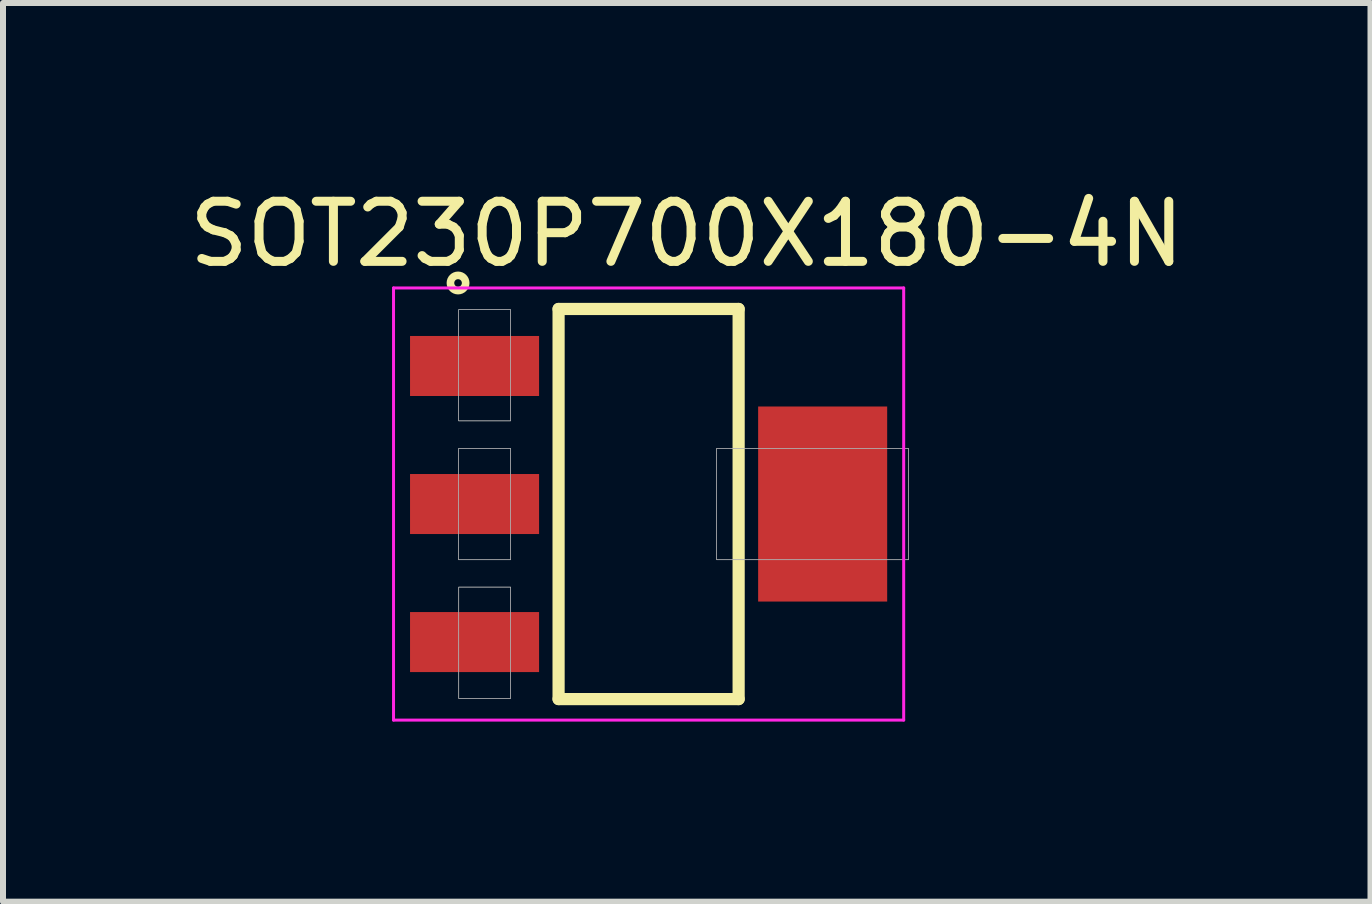
<source format=kicad_pcb>
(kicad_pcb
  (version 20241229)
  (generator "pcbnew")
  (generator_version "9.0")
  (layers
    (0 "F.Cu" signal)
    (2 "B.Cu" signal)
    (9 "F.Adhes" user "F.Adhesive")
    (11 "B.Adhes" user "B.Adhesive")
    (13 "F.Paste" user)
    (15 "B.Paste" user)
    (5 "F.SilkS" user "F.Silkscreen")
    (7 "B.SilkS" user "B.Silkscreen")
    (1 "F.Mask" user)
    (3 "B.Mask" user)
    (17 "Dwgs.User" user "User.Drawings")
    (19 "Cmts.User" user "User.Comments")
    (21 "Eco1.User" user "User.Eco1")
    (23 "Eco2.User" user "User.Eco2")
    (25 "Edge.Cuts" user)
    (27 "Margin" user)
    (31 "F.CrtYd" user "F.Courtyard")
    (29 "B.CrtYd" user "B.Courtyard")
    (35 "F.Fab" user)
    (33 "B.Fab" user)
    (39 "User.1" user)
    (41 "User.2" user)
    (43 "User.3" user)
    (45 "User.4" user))
  (footprint "SOT230P700X180-4N"
    (layer "F.Cu")
    (at 7.757 5.348)
    (property "Reference" "SOT230P700X180-4N" (at 0.635 -4.499 0) (layer "F.SilkS") (effects (font (size 1.001 1.001) (thickness 0.15))))
    (attr smd)
    (fp_line (start -1.5 -3.25) (end 1.5 -3.25) (stroke (width 0.203) (type solid)) (layer "F.SilkS"))
    (fp_line (start -1.5 3.25) (end -1.5 -3.25) (stroke (width 0.203) (type solid)) (layer "F.SilkS"))
    (fp_line (start 1.5 -3.25) (end 1.5 3.25) (stroke (width 0.203) (type solid)) (layer "F.SilkS"))
    (fp_line (start 1.5 3.25) (end -1.5 3.25) (stroke (width 0.203) (type solid)) (layer "F.SilkS"))
    (fp_circle (center -3.175 -3.683) (end -3.048 -3.683) (stroke (width 0.127) (type solid)) (fill no) (layer "F.SilkS"))
    (fp_line (start -4.25 -3.6) (end 4.25 -3.6) (stroke (width 0.05) (type solid)) (layer "F.CrtYd"))
    (fp_line (start -4.25 3.6) (end -4.25 -3.6) (stroke (width 0.05) (type solid)) (layer "F.CrtYd"))
    (fp_line (start 4.25 -3.6) (end 4.25 3.6) (stroke (width 0.05) (type solid)) (layer "F.CrtYd"))
    (fp_line (start 4.25 3.6) (end -4.25 3.6) (stroke (width 0.05) (type solid)) (layer "F.CrtYd"))
    (fp_poly (pts (xy -3.167 -0.927) (xy -2.299 -0.927) (xy -2.299 0.929) (xy -3.167 0.929)) (stroke (width 0.01) (type solid)) (fill no) (layer "F.Fab"))
    (fp_poly (pts (xy -3.167 -3.239) (xy -2.299 -3.239) (xy -2.299 -1.386) (xy -3.167 -1.386)) (stroke (width 0.01) (type solid)) (fill no) (layer "F.Fab"))
    (fp_poly (pts (xy -3.165 1.384) (xy -2.299 1.384) (xy -2.299 3.241) (xy -3.165 3.241)) (stroke (width 0.01) (type solid)) (fill no) (layer "F.Fab"))
    (fp_poly (pts (xy -3.165 -3.239) (xy -2.299 -3.239) (xy -2.299 -1.385) (xy -3.165 -1.385)) (stroke (width 0.01) (type solid)) (fill no) (layer "F.Fab"))
    (fp_poly (pts (xy -3.165 -0.927) (xy -2.299 -0.927) (xy -2.299 0.928) (xy -3.165 0.928)) (stroke (width 0.01) (type solid)) (fill no) (layer "F.Fab"))
    (fp_poly (pts (xy -3.163 1.384) (xy -2.299 1.384) (xy -2.299 3.239) (xy -3.163 3.239)) (stroke (width 0.01) (type solid)) (fill no) (layer "F.Fab"))
    (fp_poly (pts (xy 1.132 -0.927) (xy 4.331 -0.927) (xy 4.331 0.928) (xy 1.132 0.928)) (stroke (width 0.01) (type solid)) (fill no) (layer "F.Fab"))
    (fp_poly (pts (xy 1.132 -0.927) (xy 4.331 -0.927) (xy 4.331 0.929) (xy 1.132 0.929)) (stroke (width 0.01) (type solid)) (fill no) (layer "F.Fab"))
    (pad "1" smd rect (at -2.9 -2.3) (size 2.15 1) (layers "F.Cu" "F.Mask" "F.Paste"))
    (pad "2" smd rect (at -2.9 0) (size 2.15 1) (layers "F.Cu" "F.Mask" "F.Paste"))
    (pad "3" smd rect (at -2.9 2.3) (size 2.15 1) (layers "F.Cu" "F.Mask" "F.Paste"))
    (pad "4" smd rect (at 2.9 0) (size 2.15 3.25) (layers "F.Cu" "F.Mask" "F.Paste")))
  (gr_rect
    (start -3 -3)
    (end 19.785 11.973)
    (stroke (width 0.1) (type default))
    (fill no)
    (layer "Edge.Cuts")))
</source>
